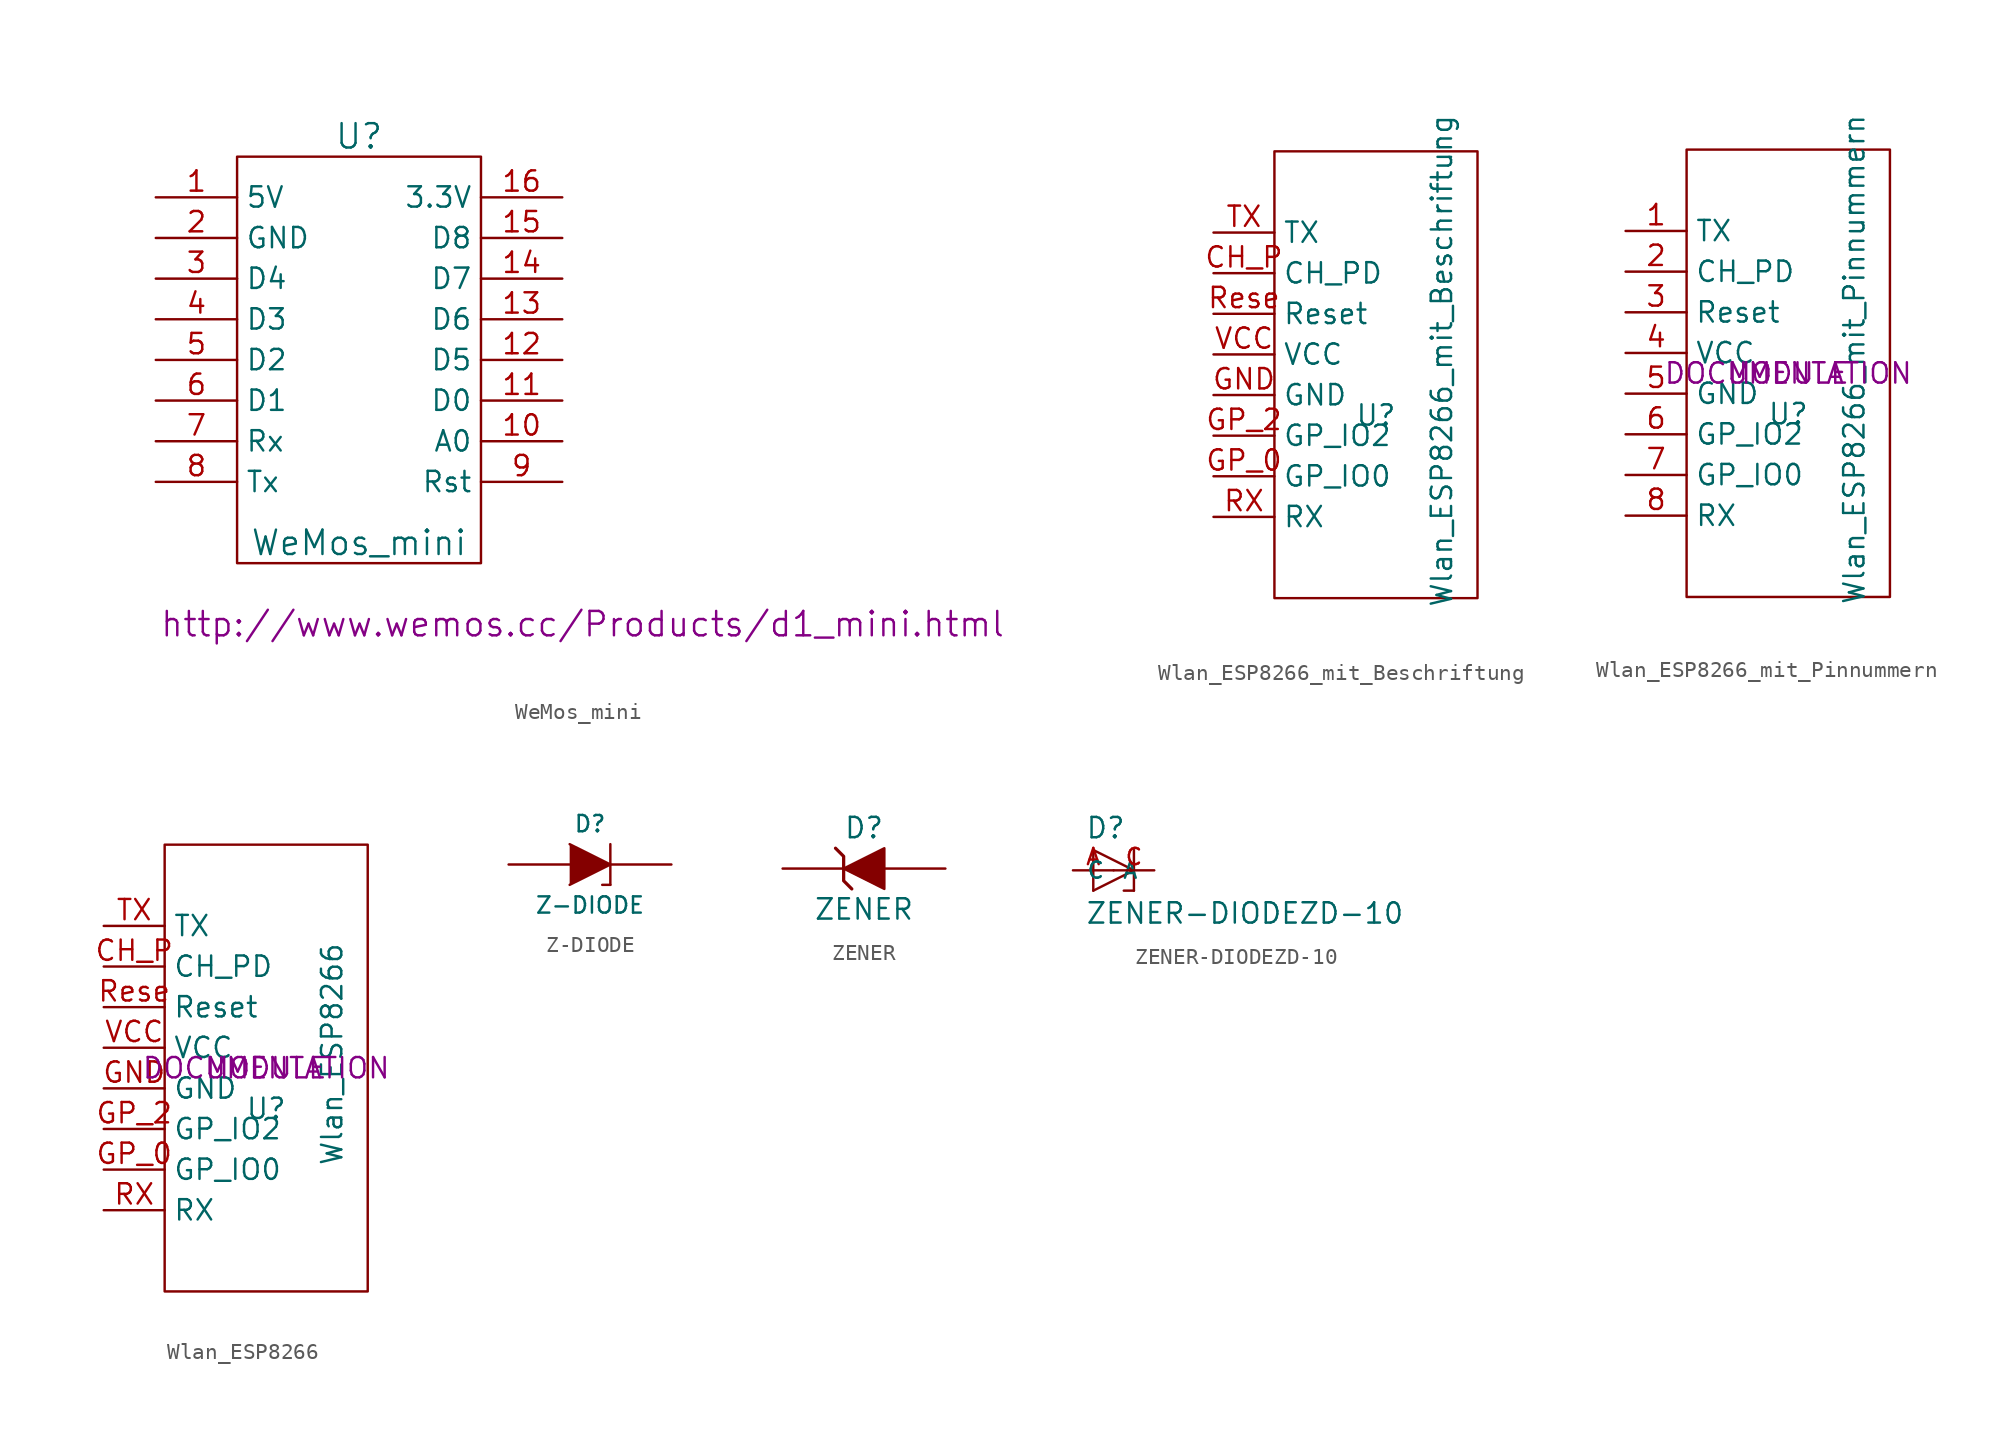
<source format=kicad_sym>
(kicad_symbol_lib
  (version 20201005)
  (generator kicad_symbol_editor)
  (symbol "Zimprich:WeMos_mini"
    (property "Reference" "U"
      (at 0 12.7 0)
      (effects (font (size 1.524 1.524))))
    (property "Value" "WeMos_mini"
      (at 0 -12.7 0)
      (effects (font (size 1.524 1.524))))
    (property "Footprint" ""
      (at 13.97 -17.78 0)
      (effects (font (size 1.524 1.524))))
    (property "Datasheet" "http://www.wemos.cc/Products/d1_mini.html"
      (at 13.97 -17.78 0)
      (effects (font (size 1.524 1.524))))
    (symbol "WeMos_mini_0_1"
      (rectangle (start -7.62 11.43) (end 7.62 -13.97) (stroke (width 0)) (fill (type none))))
    (symbol "WeMos_mini_1_1"
      (pin power_in line (at -12.7 8.89 0) (length 5.08) (name "5V" (effects (font (size 1.27 1.27)))) (number "1" (effects (font (size 1.27 1.27)))))
      (pin bidirectional line (at 12.7 -6.35 180) (length 5.08) (name "A0" (effects (font (size 1.27 1.27)))) (number "10" (effects (font (size 1.27 1.27)))))
      (pin bidirectional line (at 12.7 -3.81 180) (length 5.08) (name "D0" (effects (font (size 1.27 1.27)))) (number "11" (effects (font (size 1.27 1.27)))))
      (pin bidirectional line (at 12.7 -1.27 180) (length 5.08) (name "D5" (effects (font (size 1.27 1.27)))) (number "12" (effects (font (size 1.27 1.27)))))
      (pin bidirectional line (at 12.7 1.27 180) (length 5.08) (name "D6" (effects (font (size 1.27 1.27)))) (number "13" (effects (font (size 1.27 1.27)))))
      (pin bidirectional line (at 12.7 3.81 180) (length 5.08) (name "D7" (effects (font (size 1.27 1.27)))) (number "14" (effects (font (size 1.27 1.27)))))
      (pin bidirectional line (at 12.7 6.35 180) (length 5.08) (name "D8" (effects (font (size 1.27 1.27)))) (number "15" (effects (font (size 1.27 1.27)))))
      (pin power_out line (at 12.7 8.89 180) (length 5.08) (name "3.3V" (effects (font (size 1.27 1.27)))) (number "16" (effects (font (size 1.27 1.27)))))
      (pin power_in line (at -12.7 6.35 0) (length 5.08) (name "GND" (effects (font (size 1.27 1.27)))) (number "2" (effects (font (size 1.27 1.27)))))
      (pin bidirectional line (at -12.7 3.81 0) (length 5.08) (name "D4" (effects (font (size 1.27 1.27)))) (number "3" (effects (font (size 1.27 1.27)))))
      (pin bidirectional line (at -12.7 1.27 0) (length 5.08) (name "D3" (effects (font (size 1.27 1.27)))) (number "4" (effects (font (size 1.27 1.27)))))
      (pin bidirectional line (at -12.7 -1.27 0) (length 5.08) (name "D2" (effects (font (size 1.27 1.27)))) (number "5" (effects (font (size 1.27 1.27)))))
      (pin bidirectional line (at -12.7 -3.81 0) (length 5.08) (name "D1" (effects (font (size 1.27 1.27)))) (number "6" (effects (font (size 1.27 1.27)))))
      (pin bidirectional line (at -12.7 -6.35 0) (length 5.08) (name "Rx" (effects (font (size 1.27 1.27)))) (number "7" (effects (font (size 1.27 1.27)))))
      (pin bidirectional line (at -12.7 -8.89 0) (length 5.08) (name "Tx" (effects (font (size 1.27 1.27)))) (number "8" (effects (font (size 1.27 1.27)))))
      (pin bidirectional line (at 12.7 -8.89 180) (length 5.08) (name "Rst" (effects (font (size 1.27 1.27)))) (number "9" (effects (font (size 1.27 1.27)))))))
  (symbol "Zimprich:Wlan_ESP8266_mit_Beschriftung"
    (property "Reference" "U"
      (at 0 -2.54 0)
      (effects (font (size 1.27 1.27))))
    (property "Value" "Wlan_ESP8266_mit_Beschriftung"
      (at 4.115 0.864 90)
      (effects (font (size 1.27 1.27))))
    (symbol "Wlan_ESP8266_mit_Beschriftung_1_0"
      (rectangle (start -6.35 -13.97) (end 6.35 13.97) (stroke (width 0)) (fill (type none))))
    (symbol "Wlan_ESP8266_mit_Beschriftung_1_1"
      (pin input line (at -10.16 6.35 0) (length 3.81) (name "CH_PD" (effects (font (size 1.27 1.27)))) (number "CH_P" (effects (font (size 1.27 1.27)))))
      (pin input line (at -10.16 -1.27 0) (length 3.81) (name "GND" (effects (font (size 1.27 1.27)))) (number "GND" (effects (font (size 1.27 1.27)))))
      (pin input line (at -10.16 -6.35 0) (length 3.81) (name "GP_IO0" (effects (font (size 1.27 1.27)))) (number "GP_0" (effects (font (size 1.27 1.27)))))
      (pin input line (at -10.16 -3.81 0) (length 3.81) (name "GP_IO2" (effects (font (size 1.27 1.27)))) (number "GP_2" (effects (font (size 1.27 1.27)))))
      (pin input line (at -10.16 -8.89 0) (length 3.81) (name "RX" (effects (font (size 1.27 1.27)))) (number "RX" (effects (font (size 1.27 1.27)))))
      (pin input line (at -10.16 3.81 0) (length 3.81) (name "Reset" (effects (font (size 1.27 1.27)))) (number "Rese" (effects (font (size 1.27 1.27)))))
      (pin input line (at -10.16 8.89 0) (length 3.81) (name "TX" (effects (font (size 1.27 1.27)))) (number "TX" (effects (font (size 1.27 1.27)))))
      (pin input line (at -10.16 1.27 0) (length 3.81) (name "VCC" (effects (font (size 1.27 1.27)))) (number "VCC" (effects (font (size 1.27 1.27)))))))
  (symbol "Zimprich:Wlan_ESP8266_mit_Pinnummern"
    (property "Reference" "U"
      (at 0 -2.54 0)
      (effects (font (size 1.27 1.27))))
    (property "Value" "Wlan_ESP8266_mit_Pinnummern"
      (at 4.115 0.864 90)
      (effects (font (size 1.27 1.27))))
    (property "Footprint" "MODULE"
      (at 0 0 0)
      (effects (font (size 1.27 1.27))))
    (property "Datasheet" "DOCUMENTATION"
      (at 0 0 0)
      (effects (font (size 1.27 1.27))))
    (symbol "Wlan_ESP8266_mit_Pinnummern_1_0"
      (rectangle (start -6.35 -13.97) (end 6.35 13.97) (stroke (width 0)) (fill (type none))))
    (symbol "Wlan_ESP8266_mit_Pinnummern_1_1"
      (pin input line (at -10.16 8.89 0) (length 3.81) (name "TX" (effects (font (size 1.27 1.27)))) (number "1" (effects (font (size 1.27 1.27)))))
      (pin input line (at -10.16 6.35 0) (length 3.81) (name "CH_PD" (effects (font (size 1.27 1.27)))) (number "2" (effects (font (size 1.27 1.27)))))
      (pin input line (at -10.16 3.81 0) (length 3.81) (name "Reset" (effects (font (size 1.27 1.27)))) (number "3" (effects (font (size 1.27 1.27)))))
      (pin input line (at -10.16 1.27 0) (length 3.81) (name "VCC" (effects (font (size 1.27 1.27)))) (number "4" (effects (font (size 1.27 1.27)))))
      (pin input line (at -10.16 -1.27 0) (length 3.81) (name "GND" (effects (font (size 1.27 1.27)))) (number "5" (effects (font (size 1.27 1.27)))))
      (pin input line (at -10.16 -3.81 0) (length 3.81) (name "GP_IO2" (effects (font (size 1.27 1.27)))) (number "6" (effects (font (size 1.27 1.27)))))
      (pin input line (at -10.16 -6.35 0) (length 3.81) (name "GP_IO0" (effects (font (size 1.27 1.27)))) (number "7" (effects (font (size 1.27 1.27)))))
      (pin input line (at -10.16 -8.89 0) (length 3.81) (name "RX" (effects (font (size 1.27 1.27)))) (number "8" (effects (font (size 1.27 1.27)))))))
  (symbol "Zimprich:Wlan_ESP8266"
    (property "Reference" "U"
      (at 0 -2.54 0)
      (effects (font (size 1.27 1.27))))
    (property "Value" "Wlan_ESP8266"
      (at 4.115 0.864 90)
      (effects (font (size 1.27 1.27))))
    (property "Footprint" "MODULE"
      (at 0 0 0)
      (effects (font (size 1.27 1.27))))
    (property "Datasheet" "DOCUMENTATION"
      (at 0 0 0)
      (effects (font (size 1.27 1.27))))
    (symbol "Wlan_ESP8266_1_0"
      (rectangle (start -6.35 -13.97) (end 6.35 13.97) (stroke (width 0)) (fill (type none))))
    (symbol "Wlan_ESP8266_1_1"
      (pin input line (at -10.16 6.35 0) (length 3.81) (name "CH_PD" (effects (font (size 1.27 1.27)))) (number "CH_P" (effects (font (size 1.27 1.27)))))
      (pin input line (at -10.16 -1.27 0) (length 3.81) (name "GND" (effects (font (size 1.27 1.27)))) (number "GND" (effects (font (size 1.27 1.27)))))
      (pin input line (at -10.16 -6.35 0) (length 3.81) (name "GP_IO0" (effects (font (size 1.27 1.27)))) (number "GP_0" (effects (font (size 1.27 1.27)))))
      (pin input line (at -10.16 -3.81 0) (length 3.81) (name "GP_IO2" (effects (font (size 1.27 1.27)))) (number "GP_2" (effects (font (size 1.27 1.27)))))
      (pin input line (at -10.16 -8.89 0) (length 3.81) (name "RX" (effects (font (size 1.27 1.27)))) (number "RX" (effects (font (size 1.27 1.27)))))
      (pin input line (at -10.16 3.81 0) (length 3.81) (name "Reset" (effects (font (size 1.27 1.27)))) (number "Rese" (effects (font (size 1.27 1.27)))))
      (pin input line (at -10.16 8.89 0) (length 3.81) (name "TX" (effects (font (size 1.27 1.27)))) (number "TX" (effects (font (size 1.27 1.27)))))
      (pin input line (at -10.16 1.27 0) (length 3.81) (name "VCC" (effects (font (size 1.27 1.27)))) (number "VCC" (effects (font (size 1.27 1.27)))))))
  (symbol "Zimprich:Z-DIODE"
    (pin_numbers hide)
    (pin_names hide)
    (property "Reference" "D"
      (at 0 2.54 0)
      (effects (font (size 1.016 1.016))))
    (property "Value" "Z-DIODE"
      (at 0 -2.54 0)
      (effects (font (size 1.016 1.016))))
    (property "Footprint" ""
      (at 0 0 0)
      (effects (font (size 1.524 1.524))))
    (property "Datasheet" ""
      (at 0 0 0)
      (effects (font (size 1.524 1.524))))
    (symbol "Z-DIODE_0_1"
      (polyline (pts (xy 0.762 -1.27) (xy 1.27 -1.27)) (stroke (width 0)) (fill (type none)))
      (polyline (pts (xy 1.27 1.27) (xy 1.27 -1.27)) (stroke (width 0.152)) (fill (type none)))
      (polyline (pts (xy -1.27 1.27) (xy 1.27 0) (xy -1.27 -1.27)) (stroke (width 0)) (fill (type outline))))
    (symbol "Z-DIODE_1_1"
      (pin passive line (at -5.08 0 0) (length 3.81) (name "A" (effects (font (size 1.016 1.016)))) (number "1" (effects (font (size 1.016 1.016)))))
      (pin passive line (at 5.08 0 180) (length 3.81) (name "K" (effects (font (size 1.016 1.016)))) (number "2" (effects (font (size 1.016 1.016)))))))
  (symbol "Zimprich:ZENER"
    (pin_numbers hide)
    (pin_names hide)
    (property "Reference" "D"
      (at 0 2.54 0)
      (effects (font (size 1.27 1.27))))
    (property "Value" "ZENER"
      (at 0 -2.54 0)
      (effects (font (size 1.27 1.27))))
    (property "Footprint" ""
      (at 0 0 0)
      (effects (font (size 1.27 1.27))))
    (property "Datasheet" ""
      (at 0 0 0)
      (effects (font (size 1.27 1.27))))
    (symbol "ZENER_0_1"
      (polyline (pts (xy -1.778 1.27) (xy -1.27 0.762) (xy -1.27 -0.762) (xy -0.762 -1.27) (xy -0.762 -1.27)) (stroke (width 0.203)) (fill (type none)))
      (polyline (pts (xy -1.27 0) (xy 1.27 1.27) (xy 1.27 -1.27) (xy -1.27 0) (xy -1.27 0)) (stroke (width 0)) (fill (type outline))))
    (symbol "ZENER_1_1"
      (pin passive line (at -5.08 0 0) (length 3.81) (name "K" (effects (font (size 1.27 1.27)))) (number "1" (effects (font (size 1.27 1.27)))))
      (pin passive line (at 5.08 0 180) (length 3.81) (name "A" (effects (font (size 1.27 1.27)))) (number "2" (effects (font (size 1.27 1.27)))))))
  (symbol "Zimprich:ZENER-DIODEZD-10"
    (property "Reference" "D"
      (at -1.778 1.905 0)
      (effects (font (size 1.27 1.27)) (justify left bottom)))
    (property "Value" "ZENER-DIODEZD-10"
      (at -1.778 -3.429 0)
      (effects (font (size 1.27 1.27)) (justify left bottom)))
    (property "Datasheet" ""
      (at 0 0 0)
      (effects (font (size 1.524 1.524))))
    (property "ki_locked" ""
      (at 0 0 0)
      (effects (font (size 1.27 1.27))))
    (symbol "ZENER-DIODEZD-10_1_0"
      (polyline (pts (xy -1.27 -1.27) (xy 1.27 0)) (stroke (width 0)) (fill (type none)))
      (polyline (pts (xy -1.27 1.27) (xy -1.27 -1.27)) (stroke (width 0)) (fill (type none)))
      (polyline (pts (xy 1.27 -1.27) (xy 0.635 -1.27)) (stroke (width 0)) (fill (type none)))
      (polyline (pts (xy 1.27 0) (xy -1.27 1.27)) (stroke (width 0)) (fill (type none)))
      (polyline (pts (xy 1.27 0) (xy 1.27 -1.27)) (stroke (width 0)) (fill (type none)))
      (polyline (pts (xy 1.27 1.27) (xy 1.27 0)) (stroke (width 0)) (fill (type none))))
    (symbol "ZENER-DIODEZD-10_1_1"
      (pin passive line (at -2.54 0 0) (length 2.54) (name "A" (effects (font (size 1.016 1.016)))) (number "A" (effects (font (size 1.016 1.016)))))
      (pin passive line (at 2.54 0 180) (length 2.54) (name "C" (effects (font (size 1.016 1.016)))) (number "C" (effects (font (size 1.016 1.016))))))))
</source>
